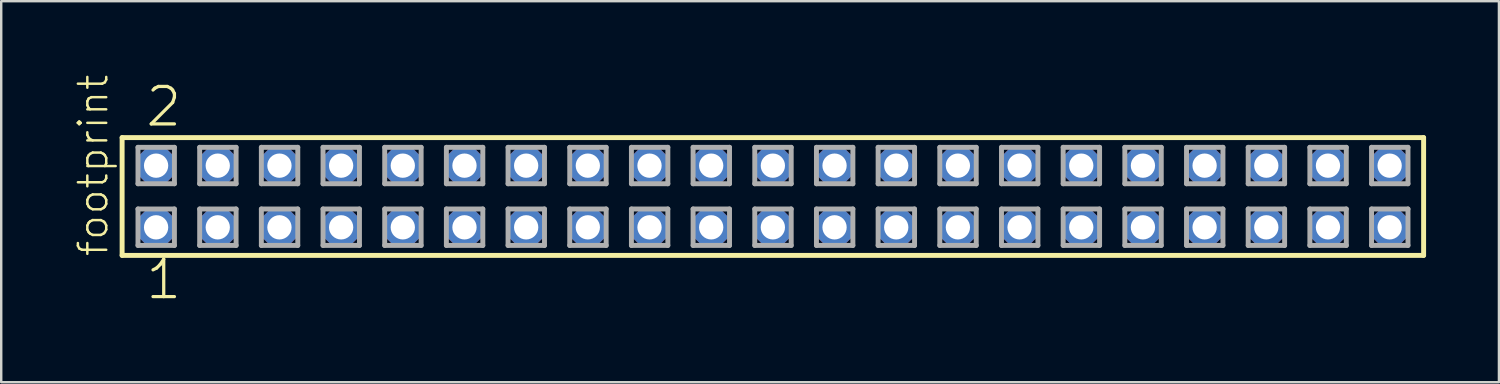
<source format=kicad_pcb>
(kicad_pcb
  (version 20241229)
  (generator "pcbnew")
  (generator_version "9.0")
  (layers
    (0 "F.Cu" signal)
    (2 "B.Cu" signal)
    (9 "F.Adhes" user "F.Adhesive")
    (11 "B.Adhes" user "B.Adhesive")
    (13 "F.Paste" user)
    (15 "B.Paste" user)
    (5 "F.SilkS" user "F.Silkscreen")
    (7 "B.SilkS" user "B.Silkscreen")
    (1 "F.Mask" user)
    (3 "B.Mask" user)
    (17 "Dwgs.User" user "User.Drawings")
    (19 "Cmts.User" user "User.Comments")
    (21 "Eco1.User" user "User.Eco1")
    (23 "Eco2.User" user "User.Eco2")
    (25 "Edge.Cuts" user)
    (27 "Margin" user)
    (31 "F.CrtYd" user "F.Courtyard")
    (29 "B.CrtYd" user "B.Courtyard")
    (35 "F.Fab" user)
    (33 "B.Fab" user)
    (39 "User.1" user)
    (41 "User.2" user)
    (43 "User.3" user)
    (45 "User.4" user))
  (footprint "footprint"
    (layer "F.Cu")
    (at 28.778 5.042)
    (property "Reference" "footprint" (at -27.305 2.54 90) (layer "F.SilkS") (effects (font (size 1.168 1.168) (thickness 0.102)) (justify left bottom)))
    (fp_line (start -26.799 -2.425) (end 26.799 -2.425) (stroke (width 0.203) (type solid)) (layer "F.SilkS"))
    (fp_line (start -26.799 2.425) (end -26.799 -2.425) (stroke (width 0.203) (type solid)) (layer "F.SilkS"))
    (fp_line (start 26.799 -2.425) (end 26.799 2.425) (stroke (width 0.203) (type solid)) (layer "F.SilkS"))
    (fp_line (start 26.799 2.425) (end -26.799 2.425) (stroke (width 0.203) (type solid)) (layer "F.SilkS"))
    (fp_line (start -26.145 -2.025) (end -24.645 -2.025) (stroke (width 0.203) (type solid)) (layer "F.Fab"))
    (fp_line (start -26.145 -0.525) (end -26.145 -2.025) (stroke (width 0.203) (type solid)) (layer "F.Fab"))
    (fp_line (start -26.145 0.515) (end -24.645 0.515) (stroke (width 0.203) (type solid)) (layer "F.Fab"))
    (fp_line (start -26.145 2.015) (end -26.145 0.515) (stroke (width 0.203) (type solid)) (layer "F.Fab"))
    (fp_line (start -24.645 -2.025) (end -24.645 -0.525) (stroke (width 0.203) (type solid)) (layer "F.Fab"))
    (fp_line (start -24.645 -0.525) (end -26.145 -0.525) (stroke (width 0.203) (type solid)) (layer "F.Fab"))
    (fp_line (start -24.645 0.515) (end -24.645 2.015) (stroke (width 0.203) (type solid)) (layer "F.Fab"))
    (fp_line (start -24.645 2.015) (end -26.145 2.015) (stroke (width 0.203) (type solid)) (layer "F.Fab"))
    (fp_line (start -23.605 -2.025) (end -22.105 -2.025) (stroke (width 0.203) (type solid)) (layer "F.Fab"))
    (fp_line (start -23.605 -0.525) (end -23.605 -2.025) (stroke (width 0.203) (type solid)) (layer "F.Fab"))
    (fp_line (start -23.605 0.515) (end -22.105 0.515) (stroke (width 0.203) (type solid)) (layer "F.Fab"))
    (fp_line (start -23.605 2.015) (end -23.605 0.515) (stroke (width 0.203) (type solid)) (layer "F.Fab"))
    (fp_line (start -22.105 -2.025) (end -22.105 -0.525) (stroke (width 0.203) (type solid)) (layer "F.Fab"))
    (fp_line (start -22.105 -0.525) (end -23.605 -0.525) (stroke (width 0.203) (type solid)) (layer "F.Fab"))
    (fp_line (start -22.105 0.515) (end -22.105 2.015) (stroke (width 0.203) (type solid)) (layer "F.Fab"))
    (fp_line (start -22.105 2.015) (end -23.605 2.015) (stroke (width 0.203) (type solid)) (layer "F.Fab"))
    (fp_line (start -21.065 -2.025) (end -19.565 -2.025) (stroke (width 0.203) (type solid)) (layer "F.Fab"))
    (fp_line (start -21.065 -0.525) (end -21.065 -2.025) (stroke (width 0.203) (type solid)) (layer "F.Fab"))
    (fp_line (start -21.065 0.515) (end -19.565 0.515) (stroke (width 0.203) (type solid)) (layer "F.Fab"))
    (fp_line (start -21.065 2.015) (end -21.065 0.515) (stroke (width 0.203) (type solid)) (layer "F.Fab"))
    (fp_line (start -19.565 -2.025) (end -19.565 -0.525) (stroke (width 0.203) (type solid)) (layer "F.Fab"))
    (fp_line (start -19.565 -0.525) (end -21.065 -0.525) (stroke (width 0.203) (type solid)) (layer "F.Fab"))
    (fp_line (start -19.565 0.515) (end -19.565 2.015) (stroke (width 0.203) (type solid)) (layer "F.Fab"))
    (fp_line (start -19.565 2.015) (end -21.065 2.015) (stroke (width 0.203) (type solid)) (layer "F.Fab"))
    (fp_line (start -18.525 -2.025) (end -17.025 -2.025) (stroke (width 0.203) (type solid)) (layer "F.Fab"))
    (fp_line (start -18.525 -0.525) (end -18.525 -2.025) (stroke (width 0.203) (type solid)) (layer "F.Fab"))
    (fp_line (start -18.525 0.515) (end -17.025 0.515) (stroke (width 0.203) (type solid)) (layer "F.Fab"))
    (fp_line (start -18.525 2.015) (end -18.525 0.515) (stroke (width 0.203) (type solid)) (layer "F.Fab"))
    (fp_line (start -17.025 -2.025) (end -17.025 -0.525) (stroke (width 0.203) (type solid)) (layer "F.Fab"))
    (fp_line (start -17.025 -0.525) (end -18.525 -0.525) (stroke (width 0.203) (type solid)) (layer "F.Fab"))
    (fp_line (start -17.025 0.515) (end -17.025 2.015) (stroke (width 0.203) (type solid)) (layer "F.Fab"))
    (fp_line (start -17.025 2.015) (end -18.525 2.015) (stroke (width 0.203) (type solid)) (layer "F.Fab"))
    (fp_line (start -15.985 -2.025) (end -14.485 -2.025) (stroke (width 0.203) (type solid)) (layer "F.Fab"))
    (fp_line (start -15.985 -0.525) (end -15.985 -2.025) (stroke (width 0.203) (type solid)) (layer "F.Fab"))
    (fp_line (start -15.985 0.515) (end -14.485 0.515) (stroke (width 0.203) (type solid)) (layer "F.Fab"))
    (fp_line (start -15.985 2.015) (end -15.985 0.515) (stroke (width 0.203) (type solid)) (layer "F.Fab"))
    (fp_line (start -14.485 -2.025) (end -14.485 -0.525) (stroke (width 0.203) (type solid)) (layer "F.Fab"))
    (fp_line (start -14.485 -0.525) (end -15.985 -0.525) (stroke (width 0.203) (type solid)) (layer "F.Fab"))
    (fp_line (start -14.485 0.515) (end -14.485 2.015) (stroke (width 0.203) (type solid)) (layer "F.Fab"))
    (fp_line (start -14.485 2.015) (end -15.985 2.015) (stroke (width 0.203) (type solid)) (layer "F.Fab"))
    (fp_line (start -13.445 -2.025) (end -11.945 -2.025) (stroke (width 0.203) (type solid)) (layer "F.Fab"))
    (fp_line (start -13.445 -0.525) (end -13.445 -2.025) (stroke (width 0.203) (type solid)) (layer "F.Fab"))
    (fp_line (start -13.445 0.515) (end -11.945 0.515) (stroke (width 0.203) (type solid)) (layer "F.Fab"))
    (fp_line (start -13.445 2.015) (end -13.445 0.515) (stroke (width 0.203) (type solid)) (layer "F.Fab"))
    (fp_line (start -11.945 -2.025) (end -11.945 -0.525) (stroke (width 0.203) (type solid)) (layer "F.Fab"))
    (fp_line (start -11.945 -0.525) (end -13.445 -0.525) (stroke (width 0.203) (type solid)) (layer "F.Fab"))
    (fp_line (start -11.945 0.515) (end -11.945 2.015) (stroke (width 0.203) (type solid)) (layer "F.Fab"))
    (fp_line (start -11.945 2.015) (end -13.445 2.015) (stroke (width 0.203) (type solid)) (layer "F.Fab"))
    (fp_line (start -10.905 -2.025) (end -9.405 -2.025) (stroke (width 0.203) (type solid)) (layer "F.Fab"))
    (fp_line (start -10.905 -0.525) (end -10.905 -2.025) (stroke (width 0.203) (type solid)) (layer "F.Fab"))
    (fp_line (start -10.905 0.515) (end -9.405 0.515) (stroke (width 0.203) (type solid)) (layer "F.Fab"))
    (fp_line (start -10.905 2.015) (end -10.905 0.515) (stroke (width 0.203) (type solid)) (layer "F.Fab"))
    (fp_line (start -9.405 -2.025) (end -9.405 -0.525) (stroke (width 0.203) (type solid)) (layer "F.Fab"))
    (fp_line (start -9.405 -0.525) (end -10.905 -0.525) (stroke (width 0.203) (type solid)) (layer "F.Fab"))
    (fp_line (start -9.405 0.515) (end -9.405 2.015) (stroke (width 0.203) (type solid)) (layer "F.Fab"))
    (fp_line (start -9.405 2.015) (end -10.905 2.015) (stroke (width 0.203) (type solid)) (layer "F.Fab"))
    (fp_line (start -8.365 -2.025) (end -6.865 -2.025) (stroke (width 0.203) (type solid)) (layer "F.Fab"))
    (fp_line (start -8.365 -0.525) (end -8.365 -2.025) (stroke (width 0.203) (type solid)) (layer "F.Fab"))
    (fp_line (start -8.365 0.515) (end -6.865 0.515) (stroke (width 0.203) (type solid)) (layer "F.Fab"))
    (fp_line (start -8.365 2.015) (end -8.365 0.515) (stroke (width 0.203) (type solid)) (layer "F.Fab"))
    (fp_line (start -6.865 -2.025) (end -6.865 -0.525) (stroke (width 0.203) (type solid)) (layer "F.Fab"))
    (fp_line (start -6.865 -0.525) (end -8.365 -0.525) (stroke (width 0.203) (type solid)) (layer "F.Fab"))
    (fp_line (start -6.865 0.515) (end -6.865 2.015) (stroke (width 0.203) (type solid)) (layer "F.Fab"))
    (fp_line (start -6.865 2.015) (end -8.365 2.015) (stroke (width 0.203) (type solid)) (layer "F.Fab"))
    (fp_line (start -5.825 -2.025) (end -4.325 -2.025) (stroke (width 0.203) (type solid)) (layer "F.Fab"))
    (fp_line (start -5.825 -0.525) (end -5.825 -2.025) (stroke (width 0.203) (type solid)) (layer "F.Fab"))
    (fp_line (start -5.825 0.515) (end -4.325 0.515) (stroke (width 0.203) (type solid)) (layer "F.Fab"))
    (fp_line (start -5.825 2.015) (end -5.825 0.515) (stroke (width 0.203) (type solid)) (layer "F.Fab"))
    (fp_line (start -4.325 -2.025) (end -4.325 -0.525) (stroke (width 0.203) (type solid)) (layer "F.Fab"))
    (fp_line (start -4.325 -0.525) (end -5.825 -0.525) (stroke (width 0.203) (type solid)) (layer "F.Fab"))
    (fp_line (start -4.325 0.515) (end -4.325 2.015) (stroke (width 0.203) (type solid)) (layer "F.Fab"))
    (fp_line (start -4.325 2.015) (end -5.825 2.015) (stroke (width 0.203) (type solid)) (layer "F.Fab"))
    (fp_line (start -3.285 -2.025) (end -1.785 -2.025) (stroke (width 0.203) (type solid)) (layer "F.Fab"))
    (fp_line (start -3.285 -0.525) (end -3.285 -2.025) (stroke (width 0.203) (type solid)) (layer "F.Fab"))
    (fp_line (start -3.285 0.515) (end -1.785 0.515) (stroke (width 0.203) (type solid)) (layer "F.Fab"))
    (fp_line (start -3.285 2.015) (end -3.285 0.515) (stroke (width 0.203) (type solid)) (layer "F.Fab"))
    (fp_line (start -1.785 -2.025) (end -1.785 -0.525) (stroke (width 0.203) (type solid)) (layer "F.Fab"))
    (fp_line (start -1.785 -0.525) (end -3.285 -0.525) (stroke (width 0.203) (type solid)) (layer "F.Fab"))
    (fp_line (start -1.785 0.515) (end -1.785 2.015) (stroke (width 0.203) (type solid)) (layer "F.Fab"))
    (fp_line (start -1.785 2.015) (end -3.285 2.015) (stroke (width 0.203) (type solid)) (layer "F.Fab"))
    (fp_line (start -0.745 -2.025) (end 0.755 -2.025) (stroke (width 0.203) (type solid)) (layer "F.Fab"))
    (fp_line (start -0.745 -0.525) (end -0.745 -2.025) (stroke (width 0.203) (type solid)) (layer "F.Fab"))
    (fp_line (start -0.745 0.515) (end 0.755 0.515) (stroke (width 0.203) (type solid)) (layer "F.Fab"))
    (fp_line (start -0.745 2.015) (end -0.745 0.515) (stroke (width 0.203) (type solid)) (layer "F.Fab"))
    (fp_line (start 0.755 -2.025) (end 0.755 -0.525) (stroke (width 0.203) (type solid)) (layer "F.Fab"))
    (fp_line (start 0.755 -0.525) (end -0.745 -0.525) (stroke (width 0.203) (type solid)) (layer "F.Fab"))
    (fp_line (start 0.755 0.515) (end 0.755 2.015) (stroke (width 0.203) (type solid)) (layer "F.Fab"))
    (fp_line (start 0.755 2.015) (end -0.745 2.015) (stroke (width 0.203) (type solid)) (layer "F.Fab"))
    (fp_line (start 1.795 -2.025) (end 3.295 -2.025) (stroke (width 0.203) (type solid)) (layer "F.Fab"))
    (fp_line (start 1.795 -0.525) (end 1.795 -2.025) (stroke (width 0.203) (type solid)) (layer "F.Fab"))
    (fp_line (start 1.795 0.515) (end 3.295 0.515) (stroke (width 0.203) (type solid)) (layer "F.Fab"))
    (fp_line (start 1.795 2.015) (end 1.795 0.515) (stroke (width 0.203) (type solid)) (layer "F.Fab"))
    (fp_line (start 3.295 -2.025) (end 3.295 -0.525) (stroke (width 0.203) (type solid)) (layer "F.Fab"))
    (fp_line (start 3.295 -0.525) (end 1.795 -0.525) (stroke (width 0.203) (type solid)) (layer "F.Fab"))
    (fp_line (start 3.295 0.515) (end 3.295 2.015) (stroke (width 0.203) (type solid)) (layer "F.Fab"))
    (fp_line (start 3.295 2.015) (end 1.795 2.015) (stroke (width 0.203) (type solid)) (layer "F.Fab"))
    (fp_line (start 4.335 -2.025) (end 5.835 -2.025) (stroke (width 0.203) (type solid)) (layer "F.Fab"))
    (fp_line (start 4.335 -0.525) (end 4.335 -2.025) (stroke (width 0.203) (type solid)) (layer "F.Fab"))
    (fp_line (start 4.335 0.515) (end 5.835 0.515) (stroke (width 0.203) (type solid)) (layer "F.Fab"))
    (fp_line (start 4.335 2.015) (end 4.335 0.515) (stroke (width 0.203) (type solid)) (layer "F.Fab"))
    (fp_line (start 5.835 -2.025) (end 5.835 -0.525) (stroke (width 0.203) (type solid)) (layer "F.Fab"))
    (fp_line (start 5.835 -0.525) (end 4.335 -0.525) (stroke (width 0.203) (type solid)) (layer "F.Fab"))
    (fp_line (start 5.835 0.515) (end 5.835 2.015) (stroke (width 0.203) (type solid)) (layer "F.Fab"))
    (fp_line (start 5.835 2.015) (end 4.335 2.015) (stroke (width 0.203) (type solid)) (layer "F.Fab"))
    (fp_line (start 6.875 -2.025) (end 8.375 -2.025) (stroke (width 0.203) (type solid)) (layer "F.Fab"))
    (fp_line (start 6.875 -0.525) (end 6.875 -2.025) (stroke (width 0.203) (type solid)) (layer "F.Fab"))
    (fp_line (start 6.875 0.515) (end 8.375 0.515) (stroke (width 0.203) (type solid)) (layer "F.Fab"))
    (fp_line (start 6.875 2.015) (end 6.875 0.515) (stroke (width 0.203) (type solid)) (layer "F.Fab"))
    (fp_line (start 8.375 -2.025) (end 8.375 -0.525) (stroke (width 0.203) (type solid)) (layer "F.Fab"))
    (fp_line (start 8.375 -0.525) (end 6.875 -0.525) (stroke (width 0.203) (type solid)) (layer "F.Fab"))
    (fp_line (start 8.375 0.515) (end 8.375 2.015) (stroke (width 0.203) (type solid)) (layer "F.Fab"))
    (fp_line (start 8.375 2.015) (end 6.875 2.015) (stroke (width 0.203) (type solid)) (layer "F.Fab"))
    (fp_line (start 9.415 -2.025) (end 10.915 -2.025) (stroke (width 0.203) (type solid)) (layer "F.Fab"))
    (fp_line (start 9.415 -0.525) (end 9.415 -2.025) (stroke (width 0.203) (type solid)) (layer "F.Fab"))
    (fp_line (start 9.415 0.515) (end 10.915 0.515) (stroke (width 0.203) (type solid)) (layer "F.Fab"))
    (fp_line (start 9.415 2.015) (end 9.415 0.515) (stroke (width 0.203) (type solid)) (layer "F.Fab"))
    (fp_line (start 10.915 -2.025) (end 10.915 -0.525) (stroke (width 0.203) (type solid)) (layer "F.Fab"))
    (fp_line (start 10.915 -0.525) (end 9.415 -0.525) (stroke (width 0.203) (type solid)) (layer "F.Fab"))
    (fp_line (start 10.915 0.515) (end 10.915 2.015) (stroke (width 0.203) (type solid)) (layer "F.Fab"))
    (fp_line (start 10.915 2.015) (end 9.415 2.015) (stroke (width 0.203) (type solid)) (layer "F.Fab"))
    (fp_line (start 11.955 -2.025) (end 13.455 -2.025) (stroke (width 0.203) (type solid)) (layer "F.Fab"))
    (fp_line (start 11.955 -0.525) (end 11.955 -2.025) (stroke (width 0.203) (type solid)) (layer "F.Fab"))
    (fp_line (start 11.955 0.515) (end 13.455 0.515) (stroke (width 0.203) (type solid)) (layer "F.Fab"))
    (fp_line (start 11.955 2.015) (end 11.955 0.515) (stroke (width 0.203) (type solid)) (layer "F.Fab"))
    (fp_line (start 13.455 -2.025) (end 13.455 -0.525) (stroke (width 0.203) (type solid)) (layer "F.Fab"))
    (fp_line (start 13.455 -0.525) (end 11.955 -0.525) (stroke (width 0.203) (type solid)) (layer "F.Fab"))
    (fp_line (start 13.455 0.515) (end 13.455 2.015) (stroke (width 0.203) (type solid)) (layer "F.Fab"))
    (fp_line (start 13.455 2.015) (end 11.955 2.015) (stroke (width 0.203) (type solid)) (layer "F.Fab"))
    (fp_line (start 14.495 -2.025) (end 15.995 -2.025) (stroke (width 0.203) (type solid)) (layer "F.Fab"))
    (fp_line (start 14.495 -0.525) (end 14.495 -2.025) (stroke (width 0.203) (type solid)) (layer "F.Fab"))
    (fp_line (start 14.495 0.515) (end 15.995 0.515) (stroke (width 0.203) (type solid)) (layer "F.Fab"))
    (fp_line (start 14.495 2.015) (end 14.495 0.515) (stroke (width 0.203) (type solid)) (layer "F.Fab"))
    (fp_line (start 15.995 -2.025) (end 15.995 -0.525) (stroke (width 0.203) (type solid)) (layer "F.Fab"))
    (fp_line (start 15.995 -0.525) (end 14.495 -0.525) (stroke (width 0.203) (type solid)) (layer "F.Fab"))
    (fp_line (start 15.995 0.515) (end 15.995 2.015) (stroke (width 0.203) (type solid)) (layer "F.Fab"))
    (fp_line (start 15.995 2.015) (end 14.495 2.015) (stroke (width 0.203) (type solid)) (layer "F.Fab"))
    (fp_line (start 17.035 -2.025) (end 18.535 -2.025) (stroke (width 0.203) (type solid)) (layer "F.Fab"))
    (fp_line (start 17.035 -0.525) (end 17.035 -2.025) (stroke (width 0.203) (type solid)) (layer "F.Fab"))
    (fp_line (start 17.035 0.515) (end 18.535 0.515) (stroke (width 0.203) (type solid)) (layer "F.Fab"))
    (fp_line (start 17.035 2.015) (end 17.035 0.515) (stroke (width 0.203) (type solid)) (layer "F.Fab"))
    (fp_line (start 18.535 -2.025) (end 18.535 -0.525) (stroke (width 0.203) (type solid)) (layer "F.Fab"))
    (fp_line (start 18.535 -0.525) (end 17.035 -0.525) (stroke (width 0.203) (type solid)) (layer "F.Fab"))
    (fp_line (start 18.535 0.515) (end 18.535 2.015) (stroke (width 0.203) (type solid)) (layer "F.Fab"))
    (fp_line (start 18.535 2.015) (end 17.035 2.015) (stroke (width 0.203) (type solid)) (layer "F.Fab"))
    (fp_line (start 19.575 -2.025) (end 21.075 -2.025) (stroke (width 0.203) (type solid)) (layer "F.Fab"))
    (fp_line (start 19.575 -0.525) (end 19.575 -2.025) (stroke (width 0.203) (type solid)) (layer "F.Fab"))
    (fp_line (start 19.575 0.515) (end 21.075 0.515) (stroke (width 0.203) (type solid)) (layer "F.Fab"))
    (fp_line (start 19.575 2.015) (end 19.575 0.515) (stroke (width 0.203) (type solid)) (layer "F.Fab"))
    (fp_line (start 21.075 -2.025) (end 21.075 -0.525) (stroke (width 0.203) (type solid)) (layer "F.Fab"))
    (fp_line (start 21.075 -0.525) (end 19.575 -0.525) (stroke (width 0.203) (type solid)) (layer "F.Fab"))
    (fp_line (start 21.075 0.515) (end 21.075 2.015) (stroke (width 0.203) (type solid)) (layer "F.Fab"))
    (fp_line (start 21.075 2.015) (end 19.575 2.015) (stroke (width 0.203) (type solid)) (layer "F.Fab"))
    (fp_line (start 22.115 -2.025) (end 23.615 -2.025) (stroke (width 0.203) (type solid)) (layer "F.Fab"))
    (fp_line (start 22.115 -0.525) (end 22.115 -2.025) (stroke (width 0.203) (type solid)) (layer "F.Fab"))
    (fp_line (start 22.115 0.515) (end 23.615 0.515) (stroke (width 0.203) (type solid)) (layer "F.Fab"))
    (fp_line (start 22.115 2.015) (end 22.115 0.515) (stroke (width 0.203) (type solid)) (layer "F.Fab"))
    (fp_line (start 23.615 -2.025) (end 23.615 -0.525) (stroke (width 0.203) (type solid)) (layer "F.Fab"))
    (fp_line (start 23.615 -0.525) (end 22.115 -0.525) (stroke (width 0.203) (type solid)) (layer "F.Fab"))
    (fp_line (start 23.615 0.515) (end 23.615 2.015) (stroke (width 0.203) (type solid)) (layer "F.Fab"))
    (fp_line (start 23.615 2.015) (end 22.115 2.015) (stroke (width 0.203) (type solid)) (layer "F.Fab"))
    (fp_line (start 24.655 -2.025) (end 26.155 -2.025) (stroke (width 0.203) (type solid)) (layer "F.Fab"))
    (fp_line (start 24.655 -0.525) (end 24.655 -2.025) (stroke (width 0.203) (type solid)) (layer "F.Fab"))
    (fp_line (start 24.655 0.515) (end 26.155 0.515) (stroke (width 0.203) (type solid)) (layer "F.Fab"))
    (fp_line (start 24.655 2.015) (end 24.655 0.515) (stroke (width 0.203) (type solid)) (layer "F.Fab"))
    (fp_line (start 26.155 -2.025) (end 26.155 -0.525) (stroke (width 0.203) (type solid)) (layer "F.Fab"))
    (fp_line (start 26.155 -0.525) (end 24.655 -0.525) (stroke (width 0.203) (type solid)) (layer "F.Fab"))
    (fp_line (start 26.155 0.515) (end 26.155 2.015) (stroke (width 0.203) (type solid)) (layer "F.Fab"))
    (fp_line (start 26.155 2.015) (end 24.655 2.015) (stroke (width 0.203) (type solid)) (layer "F.Fab"))
    (fp_text user "2" (at -25.908 -2.794 0) (layer "F.SilkS") (effects (font (size 1.542 1.542) (thickness 0.134)) (justify left bottom)))
    (fp_text user "1" (at -25.908 4.318 0) (layer "F.SilkS") (effects (font (size 1.542 1.542) (thickness 0.134)) (justify left bottom)))
    (pad "1" thru_hole roundrect (at -25.4 1.27) (size 1.5 1.5) (drill 1) (layers "*.Cu" "*.Mask") (roundrect_rratio 0.25) (chamfer_ratio 0.25) (chamfer top_left top_right bottom_left bottom_right))
    (pad "2" thru_hole roundrect (at -25.4 -1.27) (size 1.5 1.5) (drill 1) (layers "*.Cu" "*.Mask") (roundrect_rratio 0.25) (chamfer_ratio 0.25) (chamfer top_left top_right bottom_left bottom_right))
    (pad "3" thru_hole roundrect (at -22.86 1.27) (size 1.5 1.5) (drill 1) (layers "*.Cu" "*.Mask") (roundrect_rratio 0.25) (chamfer_ratio 0.25) (chamfer top_left top_right bottom_left bottom_right))
    (pad "4" thru_hole roundrect (at -22.86 -1.27) (size 1.5 1.5) (drill 1) (layers "*.Cu" "*.Mask") (roundrect_rratio 0.25) (chamfer_ratio 0.25) (chamfer top_left top_right bottom_left bottom_right))
    (pad "5" thru_hole roundrect (at -20.32 1.27) (size 1.5 1.5) (drill 1) (layers "*.Cu" "*.Mask") (roundrect_rratio 0.25) (chamfer_ratio 0.25) (chamfer top_left top_right bottom_left bottom_right))
    (pad "6" thru_hole roundrect (at -20.32 -1.27) (size 1.5 1.5) (drill 1) (layers "*.Cu" "*.Mask") (roundrect_rratio 0.25) (chamfer_ratio 0.25) (chamfer top_left top_right bottom_left bottom_right))
    (pad "7" thru_hole roundrect (at -17.78 1.27) (size 1.5 1.5) (drill 1) (layers "*.Cu" "*.Mask") (roundrect_rratio 0.25) (chamfer_ratio 0.25) (chamfer top_left top_right bottom_left bottom_right))
    (pad "8" thru_hole roundrect (at -17.78 -1.27) (size 1.5 1.5) (drill 1) (layers "*.Cu" "*.Mask") (roundrect_rratio 0.25) (chamfer_ratio 0.25) (chamfer top_left top_right bottom_left bottom_right))
    (pad "9" thru_hole roundrect (at -15.24 1.27) (size 1.5 1.5) (drill 1) (layers "*.Cu" "*.Mask") (roundrect_rratio 0.25) (chamfer_ratio 0.25) (chamfer top_left top_right bottom_left bottom_right))
    (pad "10" thru_hole roundrect (at -15.24 -1.27) (size 1.5 1.5) (drill 1) (layers "*.Cu" "*.Mask") (roundrect_rratio 0.25) (chamfer_ratio 0.25) (chamfer top_left top_right bottom_left bottom_right))
    (pad "11" thru_hole roundrect (at -12.7 1.27) (size 1.5 1.5) (drill 1) (layers "*.Cu" "*.Mask") (roundrect_rratio 0.25) (chamfer_ratio 0.25) (chamfer top_left top_right bottom_left bottom_right))
    (pad "12" thru_hole roundrect (at -12.7 -1.27) (size 1.5 1.5) (drill 1) (layers "*.Cu" "*.Mask") (roundrect_rratio 0.25) (chamfer_ratio 0.25) (chamfer top_left top_right bottom_left bottom_right))
    (pad "13" thru_hole roundrect (at -10.16 1.27) (size 1.5 1.5) (drill 1) (layers "*.Cu" "*.Mask") (roundrect_rratio 0.25) (chamfer_ratio 0.25) (chamfer top_left top_right bottom_left bottom_right))
    (pad "14" thru_hole roundrect (at -10.16 -1.27) (size 1.5 1.5) (drill 1) (layers "*.Cu" "*.Mask") (roundrect_rratio 0.25) (chamfer_ratio 0.25) (chamfer top_left top_right bottom_left bottom_right))
    (pad "15" thru_hole roundrect (at -7.62 1.27) (size 1.5 1.5) (drill 1) (layers "*.Cu" "*.Mask") (roundrect_rratio 0.25) (chamfer_ratio 0.25) (chamfer top_left top_right bottom_left bottom_right))
    (pad "16" thru_hole roundrect (at -7.62 -1.27) (size 1.5 1.5) (drill 1) (layers "*.Cu" "*.Mask") (roundrect_rratio 0.25) (chamfer_ratio 0.25) (chamfer top_left top_right bottom_left bottom_right))
    (pad "17" thru_hole roundrect (at -5.08 1.27) (size 1.5 1.5) (drill 1) (layers "*.Cu" "*.Mask") (roundrect_rratio 0.25) (chamfer_ratio 0.25) (chamfer top_left top_right bottom_left bottom_right))
    (pad "18" thru_hole roundrect (at -5.08 -1.27) (size 1.5 1.5) (drill 1) (layers "*.Cu" "*.Mask") (roundrect_rratio 0.25) (chamfer_ratio 0.25) (chamfer top_left top_right bottom_left bottom_right))
    (pad "19" thru_hole roundrect (at -2.54 1.27) (size 1.5 1.5) (drill 1) (layers "*.Cu" "*.Mask") (roundrect_rratio 0.25) (chamfer_ratio 0.25) (chamfer top_left top_right bottom_left bottom_right))
    (pad "20" thru_hole roundrect (at -2.54 -1.27) (size 1.5 1.5) (drill 1) (layers "*.Cu" "*.Mask") (roundrect_rratio 0.25) (chamfer_ratio 0.25) (chamfer top_left top_right bottom_left bottom_right))
    (pad "21" thru_hole roundrect (at 0 1.27) (size 1.5 1.5) (drill 1) (layers "*.Cu" "*.Mask") (roundrect_rratio 0.25) (chamfer_ratio 0.25) (chamfer top_left top_right bottom_left bottom_right))
    (pad "22" thru_hole roundrect (at 0 -1.27) (size 1.5 1.5) (drill 1) (layers "*.Cu" "*.Mask") (roundrect_rratio 0.25) (chamfer_ratio 0.25) (chamfer top_left top_right bottom_left bottom_right))
    (pad "23" thru_hole roundrect (at 2.54 1.27) (size 1.5 1.5) (drill 1) (layers "*.Cu" "*.Mask") (roundrect_rratio 0.25) (chamfer_ratio 0.25) (chamfer top_left top_right bottom_left bottom_right))
    (pad "24" thru_hole roundrect (at 2.54 -1.27) (size 1.5 1.5) (drill 1) (layers "*.Cu" "*.Mask") (roundrect_rratio 0.25) (chamfer_ratio 0.25) (chamfer top_left top_right bottom_left bottom_right))
    (pad "25" thru_hole roundrect (at 5.08 1.27) (size 1.5 1.5) (drill 1) (layers "*.Cu" "*.Mask") (roundrect_rratio 0.25) (chamfer_ratio 0.25) (chamfer top_left top_right bottom_left bottom_right))
    (pad "26" thru_hole roundrect (at 5.08 -1.27) (size 1.5 1.5) (drill 1) (layers "*.Cu" "*.Mask") (roundrect_rratio 0.25) (chamfer_ratio 0.25) (chamfer top_left top_right bottom_left bottom_right))
    (pad "27" thru_hole roundrect (at 7.62 1.27) (size 1.5 1.5) (drill 1) (layers "*.Cu" "*.Mask") (roundrect_rratio 0.25) (chamfer_ratio 0.25) (chamfer top_left top_right bottom_left bottom_right))
    (pad "28" thru_hole roundrect (at 7.62 -1.27) (size 1.5 1.5) (drill 1) (layers "*.Cu" "*.Mask") (roundrect_rratio 0.25) (chamfer_ratio 0.25) (chamfer top_left top_right bottom_left bottom_right))
    (pad "29" thru_hole roundrect (at 10.16 1.27) (size 1.5 1.5) (drill 1) (layers "*.Cu" "*.Mask") (roundrect_rratio 0.25) (chamfer_ratio 0.25) (chamfer top_left top_right bottom_left bottom_right))
    (pad "30" thru_hole roundrect (at 10.16 -1.27) (size 1.5 1.5) (drill 1) (layers "*.Cu" "*.Mask") (roundrect_rratio 0.25) (chamfer_ratio 0.25) (chamfer top_left top_right bottom_left bottom_right))
    (pad "31" thru_hole roundrect (at 12.7 1.27) (size 1.5 1.5) (drill 1) (layers "*.Cu" "*.Mask") (roundrect_rratio 0.25) (chamfer_ratio 0.25) (chamfer top_left top_right bottom_left bottom_right))
    (pad "32" thru_hole roundrect (at 12.7 -1.27) (size 1.5 1.5) (drill 1) (layers "*.Cu" "*.Mask") (roundrect_rratio 0.25) (chamfer_ratio 0.25) (chamfer top_left top_right bottom_left bottom_right))
    (pad "33" thru_hole roundrect (at 15.24 1.27) (size 1.5 1.5) (drill 1) (layers "*.Cu" "*.Mask") (roundrect_rratio 0.25) (chamfer_ratio 0.25) (chamfer top_left top_right bottom_left bottom_right))
    (pad "34" thru_hole roundrect (at 15.24 -1.27) (size 1.5 1.5) (drill 1) (layers "*.Cu" "*.Mask") (roundrect_rratio 0.25) (chamfer_ratio 0.25) (chamfer top_left top_right bottom_left bottom_right))
    (pad "35" thru_hole roundrect (at 17.78 1.27) (size 1.5 1.5) (drill 1) (layers "*.Cu" "*.Mask") (roundrect_rratio 0.25) (chamfer_ratio 0.25) (chamfer top_left top_right bottom_left bottom_right))
    (pad "36" thru_hole roundrect (at 17.78 -1.27) (size 1.5 1.5) (drill 1) (layers "*.Cu" "*.Mask") (roundrect_rratio 0.25) (chamfer_ratio 0.25) (chamfer top_left top_right bottom_left bottom_right))
    (pad "37" thru_hole roundrect (at 20.32 1.27) (size 1.5 1.5) (drill 1) (layers "*.Cu" "*.Mask") (roundrect_rratio 0.25) (chamfer_ratio 0.25) (chamfer top_left top_right bottom_left bottom_right))
    (pad "38" thru_hole roundrect (at 20.32 -1.27) (size 1.5 1.5) (drill 1) (layers "*.Cu" "*.Mask") (roundrect_rratio 0.25) (chamfer_ratio 0.25) (chamfer top_left top_right bottom_left bottom_right))
    (pad "39" thru_hole roundrect (at 22.86 1.27) (size 1.5 1.5) (drill 1) (layers "*.Cu" "*.Mask") (roundrect_rratio 0.25) (chamfer_ratio 0.25) (chamfer top_left top_right bottom_left bottom_right))
    (pad "40" thru_hole roundrect (at 22.86 -1.27) (size 1.5 1.5) (drill 1) (layers "*.Cu" "*.Mask") (roundrect_rratio 0.25) (chamfer_ratio 0.25) (chamfer top_left top_right bottom_left bottom_right))
    (pad "41" thru_hole roundrect (at 25.4 1.27) (size 1.5 1.5) (drill 1) (layers "*.Cu" "*.Mask") (roundrect_rratio 0.25) (chamfer_ratio 0.25) (chamfer top_left top_right bottom_left bottom_right))
    (pad "42" thru_hole roundrect (at 25.4 -1.27) (size 1.5 1.5) (drill 1) (layers "*.Cu" "*.Mask") (roundrect_rratio 0.25) (chamfer_ratio 0.25) (chamfer top_left top_right bottom_left bottom_right)))
  (gr_rect
    (start -3 -3)
    (end 58.679 12.691)
    (stroke (width 0.1) (type default))
    (fill no)
    (layer "Edge.Cuts")))
</source>
